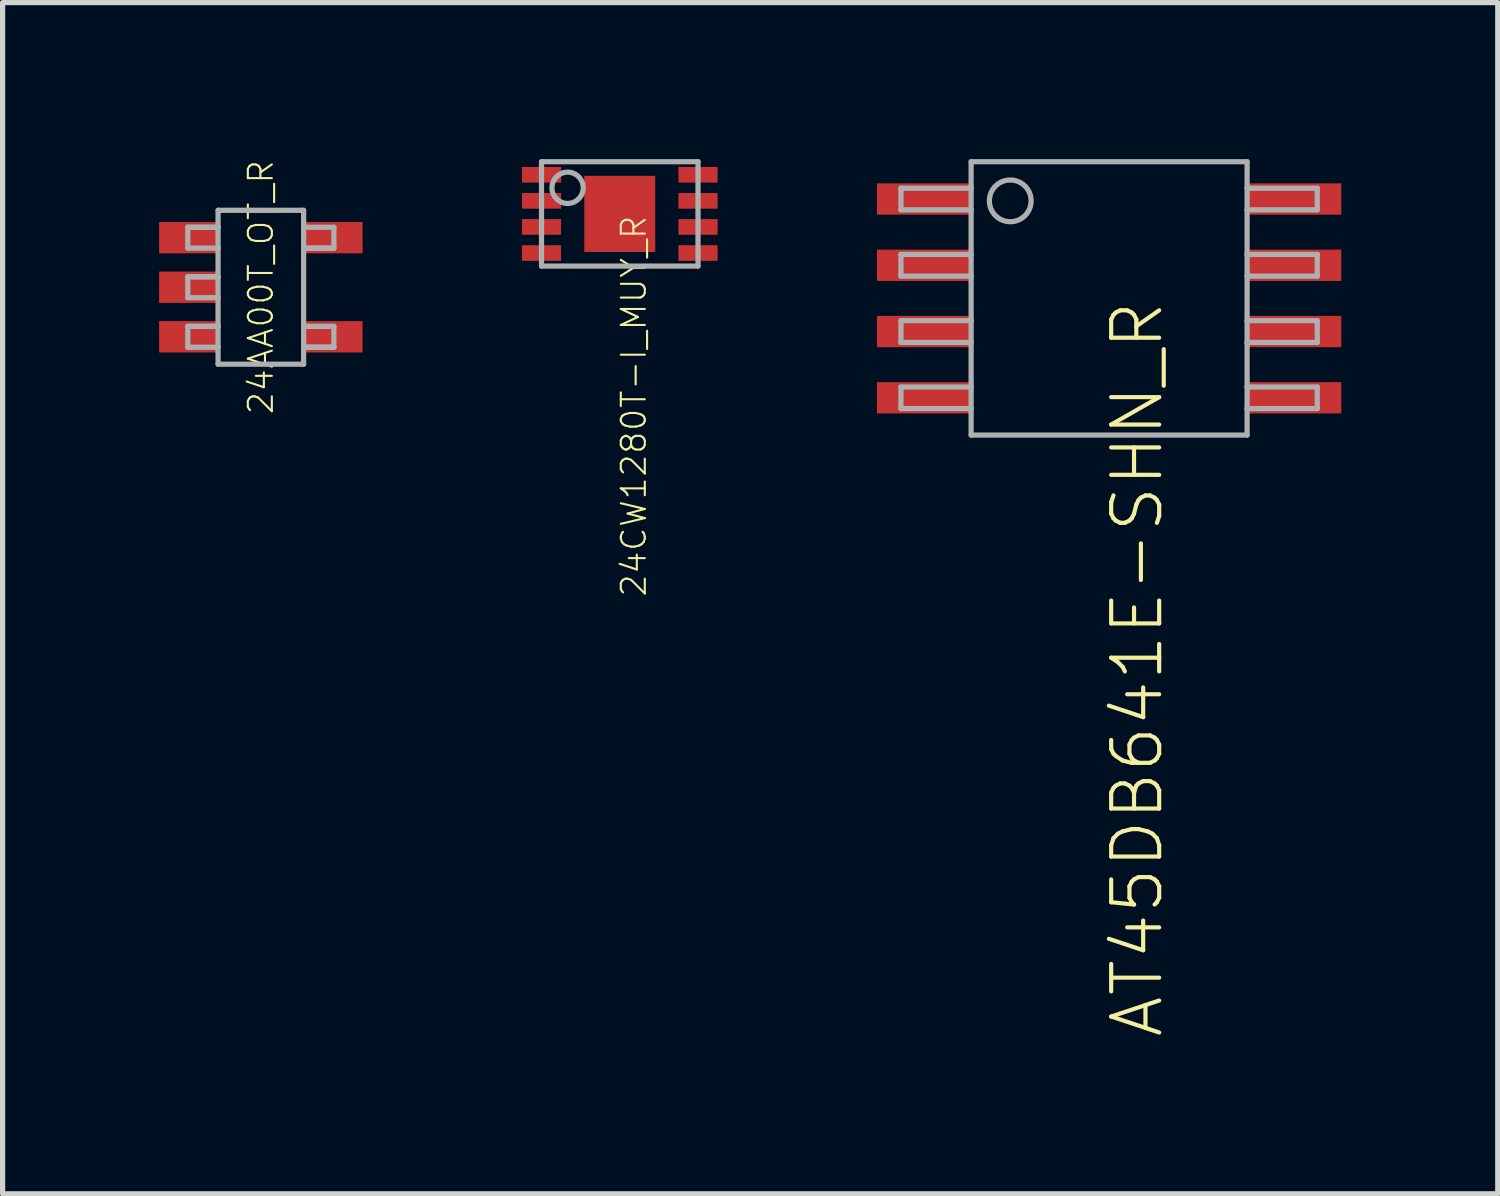
<source format=kicad_pcb>
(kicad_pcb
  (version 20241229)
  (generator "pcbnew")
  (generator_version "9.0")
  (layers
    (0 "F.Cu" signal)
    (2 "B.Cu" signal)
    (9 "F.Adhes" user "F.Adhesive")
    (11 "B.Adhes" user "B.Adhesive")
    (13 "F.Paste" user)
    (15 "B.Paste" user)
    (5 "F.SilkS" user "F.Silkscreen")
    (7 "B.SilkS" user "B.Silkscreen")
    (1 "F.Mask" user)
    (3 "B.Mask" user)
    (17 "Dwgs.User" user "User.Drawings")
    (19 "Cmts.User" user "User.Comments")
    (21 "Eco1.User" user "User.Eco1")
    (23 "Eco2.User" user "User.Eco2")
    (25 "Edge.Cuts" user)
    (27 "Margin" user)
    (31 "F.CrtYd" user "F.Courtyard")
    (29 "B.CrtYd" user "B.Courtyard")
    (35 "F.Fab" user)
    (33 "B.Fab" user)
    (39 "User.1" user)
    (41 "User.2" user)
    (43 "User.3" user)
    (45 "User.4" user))
  (footprint "AT45DB641E-SHN_R"
    (layer "F.Cu")
    (at 18.21 2.67)
    (property "Reference" "AT45DB641E-SHN_R" (at 0 0 90) (unlocked yes) (layer "F.SilkS") (effects (font (size 0.92 0.92) (thickness 0.08)) (justify right top)))
    (fp_poly (pts (xy -2.65 -1.605) (xy -4.45 -1.605) (xy -4.45 -2.205) (xy -2.65 -2.205)) (stroke (width 0) (type default)) (fill yes) (layer "F.Paste"))
    (fp_poly (pts (xy -2.65 -0.335) (xy -4.45 -0.335) (xy -4.45 -0.935) (xy -2.65 -0.935)) (stroke (width 0) (type default)) (fill yes) (layer "F.Paste"))
    (fp_poly (pts (xy -2.65 0.935) (xy -4.45 0.935) (xy -4.45 0.335) (xy -2.65 0.335)) (stroke (width 0) (type default)) (fill yes) (layer "F.Paste"))
    (fp_poly (pts (xy -2.65 2.205) (xy -4.45 2.205) (xy -4.45 1.605) (xy -2.65 1.605)) (stroke (width 0) (type default)) (fill yes) (layer "F.Paste"))
    (fp_poly (pts (xy 4.45 -1.605) (xy 2.65 -1.605) (xy 2.65 -2.205) (xy 4.45 -2.205)) (stroke (width 0) (type default)) (fill yes) (layer "F.Paste"))
    (fp_poly (pts (xy 4.45 -0.335) (xy 2.65 -0.335) (xy 2.65 -0.935) (xy 4.45 -0.935)) (stroke (width 0) (type default)) (fill yes) (layer "F.Paste"))
    (fp_poly (pts (xy 4.45 0.935) (xy 2.65 0.935) (xy 2.65 0.335) (xy 4.45 0.335)) (stroke (width 0) (type default)) (fill yes) (layer "F.Paste"))
    (fp_poly (pts (xy 4.45 2.205) (xy 2.65 2.205) (xy 2.65 1.605) (xy 4.45 1.605)) (stroke (width 0) (type default)) (fill yes) (layer "F.Paste"))
    (fp_line (start -3.99 -2.112) (end -3.99 -1.698) (stroke (width 0.1) (type solid)) (layer "F.Fab"))
    (fp_line (start -3.99 -1.698) (end -2.645 -1.698) (stroke (width 0.1) (type solid)) (layer "F.Fab"))
    (fp_line (start -3.99 -0.843) (end -3.99 -0.427) (stroke (width 0.1) (type solid)) (layer "F.Fab"))
    (fp_line (start -3.99 -0.427) (end -2.645 -0.427) (stroke (width 0.1) (type solid)) (layer "F.Fab"))
    (fp_line (start -3.99 0.427) (end -3.99 0.843) (stroke (width 0.1) (type solid)) (layer "F.Fab"))
    (fp_line (start -3.99 0.843) (end -2.645 0.843) (stroke (width 0.1) (type solid)) (layer "F.Fab"))
    (fp_line (start -3.99 1.698) (end -3.99 2.112) (stroke (width 0.1) (type solid)) (layer "F.Fab"))
    (fp_line (start -3.99 2.112) (end -2.645 2.112) (stroke (width 0.1) (type solid)) (layer "F.Fab"))
    (fp_line (start -2.645 -2.62) (end 2.645 -2.62) (stroke (width 0.1) (type solid)) (layer "F.Fab"))
    (fp_line (start -2.645 -2.112) (end -3.99 -2.112) (stroke (width 0.1) (type solid)) (layer "F.Fab"))
    (fp_line (start -2.645 -2.112) (end -2.645 -2.62) (stroke (width 0.1) (type solid)) (layer "F.Fab"))
    (fp_line (start -2.645 -1.698) (end -2.645 -2.112) (stroke (width 0.1) (type solid)) (layer "F.Fab"))
    (fp_line (start -2.645 -0.843) (end -3.99 -0.843) (stroke (width 0.1) (type solid)) (layer "F.Fab"))
    (fp_line (start -2.645 -0.843) (end -2.645 -1.698) (stroke (width 0.1) (type solid)) (layer "F.Fab"))
    (fp_line (start -2.645 -0.427) (end -2.645 -0.843) (stroke (width 0.1) (type solid)) (layer "F.Fab"))
    (fp_line (start -2.645 0.427) (end -3.99 0.427) (stroke (width 0.1) (type solid)) (layer "F.Fab"))
    (fp_line (start -2.645 0.427) (end -2.645 -0.427) (stroke (width 0.1) (type solid)) (layer "F.Fab"))
    (fp_line (start -2.645 0.843) (end -2.645 0.427) (stroke (width 0.1) (type solid)) (layer "F.Fab"))
    (fp_line (start -2.645 1.698) (end -3.99 1.698) (stroke (width 0.1) (type solid)) (layer "F.Fab"))
    (fp_line (start -2.645 1.698) (end -2.645 0.843) (stroke (width 0.1) (type solid)) (layer "F.Fab"))
    (fp_line (start -2.645 2.112) (end -2.645 1.698) (stroke (width 0.1) (type solid)) (layer "F.Fab"))
    (fp_line (start -2.645 2.62) (end -2.645 2.112) (stroke (width 0.1) (type solid)) (layer "F.Fab"))
    (fp_line (start 2.645 -2.112) (end 2.645 -2.62) (stroke (width 0.1) (type solid)) (layer "F.Fab"))
    (fp_line (start 2.645 -1.698) (end 2.645 -2.112) (stroke (width 0.1) (type solid)) (layer "F.Fab"))
    (fp_line (start 2.645 -1.698) (end 3.99 -1.698) (stroke (width 0.1) (type solid)) (layer "F.Fab"))
    (fp_line (start 2.645 -0.843) (end 2.645 -1.698) (stroke (width 0.1) (type solid)) (layer "F.Fab"))
    (fp_line (start 2.645 -0.427) (end 2.645 -0.843) (stroke (width 0.1) (type solid)) (layer "F.Fab"))
    (fp_line (start 2.645 -0.427) (end 3.99 -0.427) (stroke (width 0.1) (type solid)) (layer "F.Fab"))
    (fp_line (start 2.645 0.427) (end 2.645 -0.427) (stroke (width 0.1) (type solid)) (layer "F.Fab"))
    (fp_line (start 2.645 0.843) (end 2.645 0.427) (stroke (width 0.1) (type solid)) (layer "F.Fab"))
    (fp_line (start 2.645 0.843) (end 2.645 1.698) (stroke (width 0.1) (type solid)) (layer "F.Fab"))
    (fp_line (start 2.645 0.843) (end 3.99 0.843) (stroke (width 0.1) (type solid)) (layer "F.Fab"))
    (fp_line (start 2.645 2.112) (end 2.645 1.698) (stroke (width 0.1) (type solid)) (layer "F.Fab"))
    (fp_line (start 2.645 2.112) (end 3.99 2.112) (stroke (width 0.1) (type solid)) (layer "F.Fab"))
    (fp_line (start 2.645 2.62) (end -2.645 2.62) (stroke (width 0.1) (type solid)) (layer "F.Fab"))
    (fp_line (start 2.645 2.62) (end 2.645 2.112) (stroke (width 0.1) (type solid)) (layer "F.Fab"))
    (fp_line (start 3.99 -2.112) (end 2.645 -2.112) (stroke (width 0.1) (type solid)) (layer "F.Fab"))
    (fp_line (start 3.99 -1.698) (end 3.99 -2.112) (stroke (width 0.1) (type solid)) (layer "F.Fab"))
    (fp_line (start 3.99 -0.843) (end 2.645 -0.843) (stroke (width 0.1) (type solid)) (layer "F.Fab"))
    (fp_line (start 3.99 -0.427) (end 3.99 -0.843) (stroke (width 0.1) (type solid)) (layer "F.Fab"))
    (fp_line (start 3.99 0.427) (end 2.645 0.427) (stroke (width 0.1) (type solid)) (layer "F.Fab"))
    (fp_line (start 3.99 0.843) (end 3.99 0.427) (stroke (width 0.1) (type solid)) (layer "F.Fab"))
    (fp_line (start 3.99 1.698) (end 2.645 1.698) (stroke (width 0.1) (type solid)) (layer "F.Fab"))
    (fp_line (start 3.99 2.112) (end 3.99 1.698) (stroke (width 0.1) (type solid)) (layer "F.Fab"))
    (fp_circle (center -1.895 -1.87) (end -1.495 -1.87) (stroke (width 0.1) (type solid)) (fill no) (layer "F.Fab"))
    (pad "1" smd rect (at -3.55 -1.905) (size 1.8 0.6) (layers "F.Cu" "F.Mask"))
    (pad "2" smd rect (at -3.55 -0.635) (size 1.8 0.6) (layers "F.Cu" "F.Mask"))
    (pad "3" smd rect (at -3.55 0.635) (size 1.8 0.6) (layers "F.Cu" "F.Mask"))
    (pad "4" smd rect (at -3.55 1.905) (size 1.8 0.6) (layers "F.Cu" "F.Mask"))
    (pad "5" smd rect (at 3.55 1.905) (size 1.8 0.6) (layers "F.Cu" "F.Mask"))
    (pad "6" smd rect (at 3.55 0.635) (size 1.8 0.6) (layers "F.Cu" "F.Mask"))
    (pad "7" smd rect (at 3.55 -0.635) (size 1.8 0.6) (layers "F.Cu" "F.Mask"))
    (pad "8" smd rect (at 3.55 -1.905) (size 1.8 0.6) (layers "F.Cu" "F.Mask")))
  (footprint "24AA00T_OT_R"
    (layer "F.Cu")
    (at 1.95 2.456)
    (property "Reference" "24AA00T_OT_R" (at 0 0 90) (unlocked yes) (layer "F.SilkS") (effects (font (size 0.46 0.46) (thickness 0.04))))
    (fp_poly (pts (xy -0.85 -0.65) (xy -1.95 -0.65) (xy -1.95 -1.25) (xy -0.85 -1.25)) (stroke (width 0) (type default)) (fill yes) (layer "F.Paste"))
    (fp_poly (pts (xy -0.85 0.3) (xy -1.95 0.3) (xy -1.95 -0.3) (xy -0.85 -0.3)) (stroke (width 0) (type default)) (fill yes) (layer "F.Paste"))
    (fp_poly (pts (xy -0.85 1.25) (xy -1.95 1.25) (xy -1.95 0.65) (xy -0.85 0.65)) (stroke (width 0) (type default)) (fill yes) (layer "F.Paste"))
    (fp_poly (pts (xy 1.95 -0.65) (xy 0.85 -0.65) (xy 0.85 -1.25) (xy 1.95 -1.25)) (stroke (width 0) (type default)) (fill yes) (layer "F.Paste"))
    (fp_poly (pts (xy 1.95 1.25) (xy 0.85 1.25) (xy 0.85 0.65) (xy 1.95 0.65)) (stroke (width 0) (type default)) (fill yes) (layer "F.Paste"))
    (fp_line (start -1.4 -1.15) (end -1.4 -0.75) (stroke (width 0.1) (type solid)) (layer "F.Fab"))
    (fp_line (start -1.4 -1.15) (end -0.82 -1.15) (stroke (width 0.1) (type solid)) (layer "F.Fab"))
    (fp_line (start -1.4 -1.15) (end -0.82 -1.15) (stroke (width 0.1) (type solid)) (layer "F.Fab"))
    (fp_line (start -1.4 -0.75) (end -0.82 -0.75) (stroke (width 0.1) (type solid)) (layer "F.Fab"))
    (fp_line (start -1.4 -0.2) (end -1.4 0.2) (stroke (width 0.1) (type solid)) (layer "F.Fab"))
    (fp_line (start -1.4 -0.2) (end -0.82 -0.2) (stroke (width 0.1) (type solid)) (layer "F.Fab"))
    (fp_line (start -1.4 -0.2) (end -0.82 -0.2) (stroke (width 0.1) (type solid)) (layer "F.Fab"))
    (fp_line (start -1.4 0.2) (end -0.82 0.2) (stroke (width 0.1) (type solid)) (layer "F.Fab"))
    (fp_line (start -1.4 0.75) (end -1.4 1.15) (stroke (width 0.1) (type solid)) (layer "F.Fab"))
    (fp_line (start -1.4 0.75) (end -0.82 0.75) (stroke (width 0.1) (type solid)) (layer "F.Fab"))
    (fp_line (start -1.4 0.75) (end -0.82 0.75) (stroke (width 0.1) (type solid)) (layer "F.Fab"))
    (fp_line (start -1.4 1.15) (end -0.82 1.15) (stroke (width 0.1) (type solid)) (layer "F.Fab"))
    (fp_line (start -0.82 -1.475) (end -0.82 -1.15) (stroke (width 0.1) (type solid)) (layer "F.Fab"))
    (fp_line (start -0.82 -1.15) (end -0.82 -0.75) (stroke (width 0.1) (type solid)) (layer "F.Fab"))
    (fp_line (start -0.82 -0.75) (end -0.82 -0.2) (stroke (width 0.1) (type solid)) (layer "F.Fab"))
    (fp_line (start -0.82 -0.2) (end -0.82 0.2) (stroke (width 0.1) (type solid)) (layer "F.Fab"))
    (fp_line (start -0.82 0.2) (end -0.82 0.75) (stroke (width 0.1) (type solid)) (layer "F.Fab"))
    (fp_line (start -0.82 0.75) (end -0.82 1.15) (stroke (width 0.1) (type solid)) (layer "F.Fab"))
    (fp_line (start -0.82 1.15) (end -0.82 1.475) (stroke (width 0.1) (type solid)) (layer "F.Fab"))
    (fp_line (start -0.82 1.475) (end 0.82 1.475) (stroke (width 0.1) (type solid)) (layer "F.Fab"))
    (fp_line (start 0.82 -1.475) (end -0.82 -1.475) (stroke (width 0.1) (type solid)) (layer "F.Fab"))
    (fp_line (start 0.82 1.475) (end 0.82 -1.475) (stroke (width 0.1) (type solid)) (layer "F.Fab"))
    (fp_line (start 1.4 -1.15) (end 0.82 -1.15) (stroke (width 0.1) (type solid)) (layer "F.Fab"))
    (fp_line (start 1.4 -0.75) (end 0.82 -0.75) (stroke (width 0.1) (type solid)) (layer "F.Fab"))
    (fp_line (start 1.4 -0.75) (end 0.82 -0.75) (stroke (width 0.1) (type solid)) (layer "F.Fab"))
    (fp_line (start 1.4 -0.75) (end 1.4 -1.15) (stroke (width 0.1) (type solid)) (layer "F.Fab"))
    (fp_line (start 1.4 0.75) (end 0.82 0.75) (stroke (width 0.1) (type solid)) (layer "F.Fab"))
    (fp_line (start 1.4 1.15) (end 0.82 1.15) (stroke (width 0.1) (type solid)) (layer "F.Fab"))
    (fp_line (start 1.4 1.15) (end 0.82 1.15) (stroke (width 0.1) (type solid)) (layer "F.Fab"))
    (fp_line (start 1.4 1.15) (end 1.4 0.75) (stroke (width 0.1) (type solid)) (layer "F.Fab"))
    (pad "1" smd rect (at -1.4 -0.95) (size 1.1 0.6) (layers "F.Cu" "F.Mask"))
    (pad "2" smd rect (at -1.4 0) (size 1.1 0.6) (layers "F.Cu" "F.Mask"))
    (pad "3" smd rect (at -1.4 0.95) (size 1.1 0.6) (layers "F.Cu" "F.Mask"))
    (pad "4" smd rect (at 1.4 0.95 180) (size 1.1 0.6) (layers "F.Cu" "F.Mask"))
    (pad "5" smd rect (at 1.4 -0.95 180) (size 1.1 0.6) (layers "F.Cu" "F.Mask")))
  (footprint "24CW1280T-I_MUY_R"
    (layer "F.Cu")
    (at 8.83 1.05)
    (property "Reference" "24CW1280T-I_MUY_R" (at 0 0 90) (unlocked yes) (layer "F.SilkS") (effects (font (size 0.46 0.46) (thickness 0.04)) (justify right top)))
    (fp_poly (pts (xy -1.93 -0.95) (xy -1.93 -0.55) (xy -1.07 -0.55) (xy -1.07 -0.95)) (stroke (width 0) (type default)) (fill yes) (layer "F.Mask"))
    (fp_poly (pts (xy -1.93 -0.95) (xy -1.93 -0.55) (xy -1.07 -0.55) (xy -1.07 -0.95)) (stroke (width 0) (type default)) (fill yes) (layer "F.Mask"))
    (fp_poly (pts (xy -1.93 -0.45) (xy -1.93 -0.05) (xy -1.07 -0.05) (xy -1.07 -0.45)) (stroke (width 0) (type default)) (fill yes) (layer "F.Mask"))
    (fp_poly (pts (xy -1.93 0.05) (xy -1.93 0.45) (xy -1.07 0.45) (xy -1.07 0.05)) (stroke (width 0) (type default)) (fill yes) (layer "F.Mask"))
    (fp_poly (pts (xy -1.93 0.55) (xy -1.93 0.95) (xy -1.07 0.95) (xy -1.07 0.55)) (stroke (width 0) (type default)) (fill yes) (layer "F.Mask"))
    (fp_poly (pts (xy 1.07 -0.95) (xy 1.07 -0.55) (xy 1.93 -0.55) (xy 1.93 -0.95)) (stroke (width 0) (type default)) (fill yes) (layer "F.Mask"))
    (fp_poly (pts (xy 1.07 -0.95) (xy 1.07 -0.55) (xy 1.93 -0.55) (xy 1.93 -0.95)) (stroke (width 0) (type default)) (fill yes) (layer "F.Mask"))
    (fp_poly (pts (xy 1.07 -0.45) (xy 1.07 -0.05) (xy 1.93 -0.05) (xy 1.93 -0.45)) (stroke (width 0) (type default)) (fill yes) (layer "F.Mask"))
    (fp_poly (pts (xy 1.07 0.05) (xy 1.07 0.45) (xy 1.93 0.45) (xy 1.93 0.05)) (stroke (width 0) (type default)) (fill yes) (layer "F.Mask"))
    (fp_poly (pts (xy 1.07 0.55) (xy 1.07 0.95) (xy 1.93 0.95) (xy 1.93 0.55)) (stroke (width 0) (type default)) (fill yes) (layer "F.Mask"))
    (fp_line (start -1.5 -1) (end -1.5 1) (stroke (width 0.1) (type solid)) (layer "F.Fab"))
    (fp_line (start -1.5 1) (end 1.5 1) (stroke (width 0.1) (type solid)) (layer "F.Fab"))
    (fp_line (start 1.5 -1) (end -1.5 -1) (stroke (width 0.1) (type solid)) (layer "F.Fab"))
    (fp_line (start 1.5 1) (end 1.5 -1) (stroke (width 0.1) (type solid)) (layer "F.Fab"))
    (fp_circle (center -1 -0.5) (end -0.7 -0.5) (stroke (width 0.1) (type solid)) (fill no) (layer "F.Fab"))
    (pad "0" smd rect (at 0 0 270) (size 1.46 1.36) (layers "F.Cu" "F.Mask" "F.Paste"))
    (pad "1" smd rect (at -1.5 -0.75 270) (size 0.3 0.75) (layers "F.Cu" "F.Paste"))
    (pad "2" smd rect (at -1.5 -0.25 270) (size 0.3 0.75) (layers "F.Cu" "F.Paste"))
    (pad "3" smd rect (at -1.5 0.25 270) (size 0.3 0.75) (layers "F.Cu" "F.Paste"))
    (pad "4" smd rect (at -1.5 0.75 270) (size 0.3 0.75) (layers "F.Cu" "F.Paste"))
    (pad "5" smd rect (at 1.5 0.75 270) (size 0.3 0.75) (layers "F.Cu" "F.Paste"))
    (pad "6" smd rect (at 1.5 0.25 270) (size 0.3 0.75) (layers "F.Cu" "F.Paste"))
    (pad "7" smd rect (at 1.5 -0.25 270) (size 0.3 0.75) (layers "F.Cu" "F.Paste"))
    (pad "8" smd rect (at 1.5 -0.75 270) (size 0.3 0.75) (layers "F.Cu" "F.Paste")))
  (gr_rect
    (start -3 -3)
    (end 25.66 19.833)
    (stroke (width 0.1) (type default))
    (fill no)
    (layer "Edge.Cuts")))
</source>
